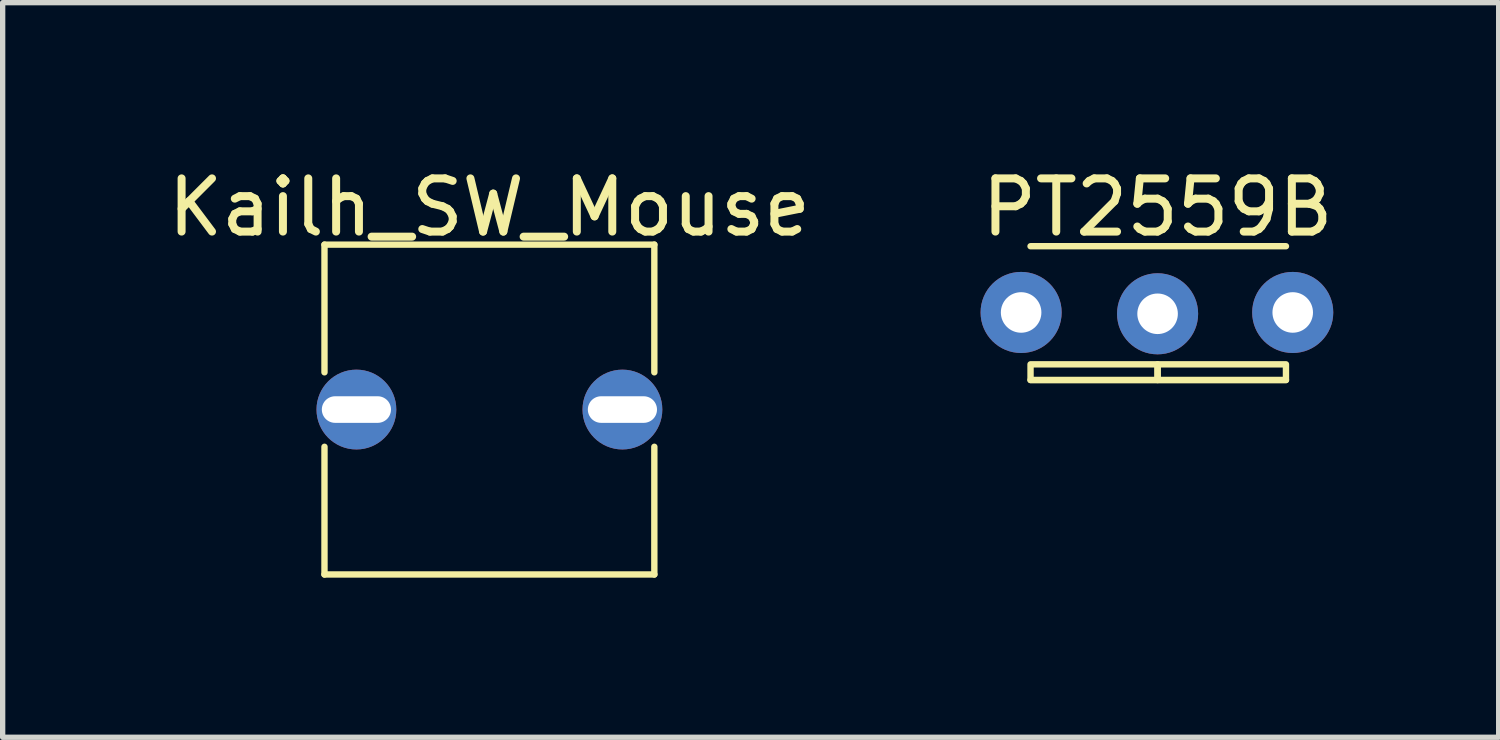
<source format=kicad_pcb>
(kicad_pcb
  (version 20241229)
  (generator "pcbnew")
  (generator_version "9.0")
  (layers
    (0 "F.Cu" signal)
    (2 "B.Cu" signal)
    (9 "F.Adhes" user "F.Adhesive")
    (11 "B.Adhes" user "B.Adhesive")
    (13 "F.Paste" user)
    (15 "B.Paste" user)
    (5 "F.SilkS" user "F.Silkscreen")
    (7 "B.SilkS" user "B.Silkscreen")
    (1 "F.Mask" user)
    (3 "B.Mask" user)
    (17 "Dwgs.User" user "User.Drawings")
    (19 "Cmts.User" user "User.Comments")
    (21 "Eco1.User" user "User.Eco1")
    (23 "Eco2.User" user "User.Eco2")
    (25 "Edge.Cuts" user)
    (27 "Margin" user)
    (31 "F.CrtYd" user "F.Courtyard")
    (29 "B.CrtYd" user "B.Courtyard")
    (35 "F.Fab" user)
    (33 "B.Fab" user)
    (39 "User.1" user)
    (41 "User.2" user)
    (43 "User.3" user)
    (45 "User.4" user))
  (footprint "Kailh_SW_Mouse"
    (layer "F.Cu")
    (at 6.149 4.648)
    (property "Reference" "Kailh_SW_Mouse" (at 0 -3.8 0) (unlocked yes) (layer "F.SilkS") (effects (font (size 1 1) (thickness 0.15))))
    (attr through_hole)
    (fp_line (start -3.1 -3.1) (end -3.1 -0.7) (stroke (width 0.12) (type solid)) (layer "F.SilkS"))
    (fp_line (start -3.1 -3.1) (end 3.1 -3.1) (stroke (width 0.12) (type solid)) (layer "F.SilkS"))
    (fp_line (start -3.1 3.1) (end -3.1 0.7) (stroke (width 0.12) (type solid)) (layer "F.SilkS"))
    (fp_line (start 3.1 -3.1) (end 3.1 -0.7) (stroke (width 0.12) (type solid)) (layer "F.SilkS"))
    (fp_line (start 3.1 0.7) (end 3.1 3.1) (stroke (width 0.12) (type solid)) (layer "F.SilkS"))
    (fp_line (start 3.1 3.1) (end -3.1 3.1) (stroke (width 0.12) (type solid)) (layer "F.SilkS"))
    (pad "1" thru_hole circle (at 2.5 0) (size 1.5 1.5) (drill oval 1.3 0.5) (layers "*.Cu" "*.Mask"))
    (pad "2" thru_hole circle (at -2.5 0) (size 1.5 1.5) (drill oval 1.3 0.5) (layers "*.Cu" "*.Mask")))
  (footprint "PT2559B"
    (layer "F.Cu")
    (at 18.708 2.848)
    (property "Reference" "PT2559B" (at 0 -2 0) (unlocked yes) (layer "F.SilkS") (effects (font (size 1 1) (thickness 0.15))))
    (attr through_hole)
    (fp_line (start -2.388 1.245) (end 2.413 1.245) (stroke (width 0.12) (type solid)) (layer "F.SilkS"))
    (fp_line (start 2.413 -1.27) (end -2.388 -1.27) (stroke (width 0.12) (type solid)) (layer "F.SilkS"))
    (fp_rect (start -2.388 1.245) (end 0 0.95) (stroke (width 0.12) (type solid)) (fill no) (layer "F.SilkS"))
    (fp_rect (start 0 0.95) (end 2.413 1.245) (stroke (width 0.12) (type solid)) (fill no) (layer "F.SilkS"))
    (pad "1" thru_hole circle (at -2.565 -0.025) (size 1.524 1.524) (drill 0.762) (layers "*.Cu" "*.Mask"))
    (pad "2" thru_hole circle (at 0 0) (size 1.524 1.524) (drill 0.762) (layers "*.Cu" "*.Mask"))
    (pad "3" thru_hole circle (at 2.54 -0.025) (size 1.524 1.524) (drill 0.762) (layers "*.Cu" "*.Mask")))
  (gr_rect
    (start -3 -3)
    (end 25.119 10.808)
    (stroke (width 0.1) (type default))
    (fill no)
    (layer "Edge.Cuts")))
</source>
